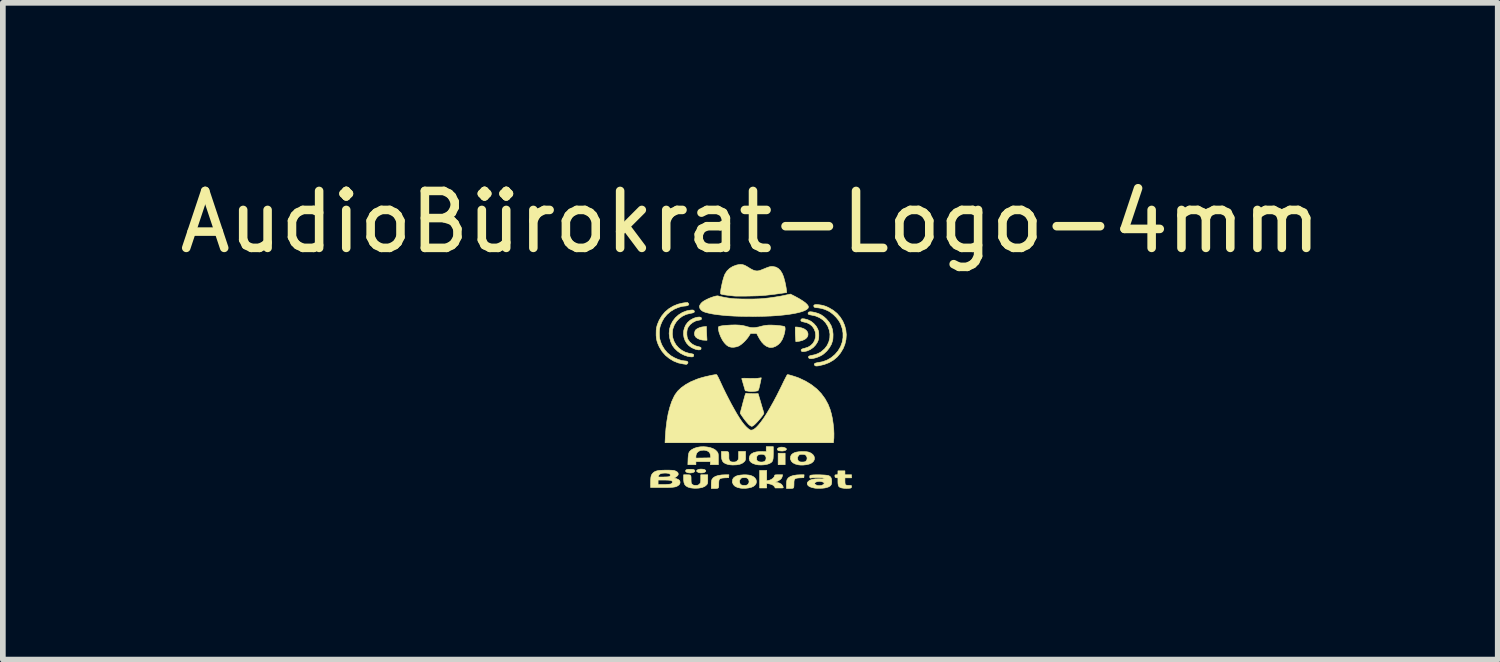
<source format=kicad_pcb>
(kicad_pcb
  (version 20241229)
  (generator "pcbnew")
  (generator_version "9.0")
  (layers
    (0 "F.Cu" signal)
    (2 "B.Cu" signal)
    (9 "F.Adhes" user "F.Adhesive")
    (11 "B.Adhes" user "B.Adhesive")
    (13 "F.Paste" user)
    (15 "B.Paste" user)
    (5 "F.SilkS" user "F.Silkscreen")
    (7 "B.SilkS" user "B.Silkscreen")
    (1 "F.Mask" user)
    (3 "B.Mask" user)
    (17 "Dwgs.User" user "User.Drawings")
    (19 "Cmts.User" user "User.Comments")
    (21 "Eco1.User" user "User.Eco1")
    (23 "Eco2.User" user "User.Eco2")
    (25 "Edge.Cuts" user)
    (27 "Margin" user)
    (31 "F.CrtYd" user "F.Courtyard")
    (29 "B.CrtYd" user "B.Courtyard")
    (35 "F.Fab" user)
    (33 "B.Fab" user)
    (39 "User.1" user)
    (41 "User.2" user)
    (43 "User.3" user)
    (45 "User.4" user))
  (footprint "AudioBürokrat-Logo-4mm"
    (layer "F.Cu")
    (at 10.135 3.558)
    (property "Reference" "AudioBürokrat-Logo-4mm" (at -0.01 -2.71 0) (layer "F.SilkS") (effects (font (size 1 1) (thickness 0.15))))
    (attr through_hole)
    (fp_poly (pts (xy 0.602 1.552) (xy 0.479 1.552) (xy 0.479 1.351) (xy 0.602 1.351) (xy 0.602 1.552)) (stroke (width 0.01) (type solid)) (fill yes) (layer "F.SilkS"))
    (fp_poly (pts (xy 0.563 1.245) (xy 0.589 1.251) (xy 0.614 1.262) (xy 0.624 1.274) (xy 0.623 1.287) (xy 0.61 1.299) (xy 0.586 1.308) (xy 0.554 1.312) (xy 0.545 1.312) (xy 0.517 1.31) (xy 0.492 1.307) (xy 0.481 1.303) (xy 0.466 1.29) (xy 0.465 1.275) (xy 0.477 1.261) (xy 0.49 1.254) (xy 0.526 1.244) (xy 0.563 1.245)) (stroke (width 0.01) (type solid)) (fill yes) (layer "F.SilkS"))
    (fp_poly (pts (xy -0.846 1.631) (xy -0.819 1.636) (xy -0.811 1.639) (xy -0.794 1.651) (xy -0.791 1.664) (xy -0.798 1.676) (xy -0.814 1.686) (xy -0.837 1.694) (xy -0.863 1.697) (xy -0.891 1.696) (xy -0.918 1.69) (xy -0.924 1.687) (xy -0.946 1.674) (xy -0.954 1.662) (xy -0.946 1.649) (xy -0.929 1.638) (xy -0.907 1.632) (xy -0.877 1.629) (xy -0.846 1.631)) (stroke (width 0.01) (type solid)) (fill yes) (layer "F.SilkS"))
    (fp_poly (pts (xy -1.03 1.634) (xy -1.007 1.637) (xy -0.994 1.643) (xy -0.992 1.645) (xy -0.984 1.66) (xy -0.988 1.674) (xy -1.004 1.685) (xy -1.027 1.693) (xy -1.056 1.697) (xy -1.088 1.696) (xy -1.117 1.69) (xy -1.138 1.679) (xy -1.147 1.665) (xy -1.142 1.648) (xy -1.139 1.645) (xy -1.127 1.638) (xy -1.106 1.634) (xy -1.074 1.633) (xy -1.065 1.633) (xy -1.03 1.634)) (stroke (width 0.01) (type solid)) (fill yes) (layer "F.SilkS"))
    (fp_poly (pts (xy 0.809 -0.865) (xy 0.844 -0.861) (xy 0.885 -0.852) (xy 0.923 -0.839) (xy 0.939 -0.831) (xy 0.973 -0.807) (xy 0.995 -0.777) (xy 1.004 -0.744) (xy 1 -0.71) (xy 0.982 -0.678) (xy 0.98 -0.676) (xy 0.949 -0.651) (xy 0.907 -0.631) (xy 0.855 -0.617) (xy 0.833 -0.614) (xy 0.79 -0.608) (xy 0.785 -0.673) (xy 0.782 -0.714) (xy 0.78 -0.761) (xy 0.78 -0.801) (xy 0.78 -0.865) (xy 0.809 -0.865)) (stroke (width 0.01) (type solid)) (fill yes) (layer "F.SilkS"))
    (fp_poly (pts (xy -0.78 -0.836) (xy -0.779 -0.812) (xy -0.778 -0.777) (xy -0.776 -0.738) (xy -0.775 -0.715) (xy -0.77 -0.633) (xy -0.811 -0.634) (xy -0.845 -0.636) (xy -0.88 -0.643) (xy -0.892 -0.646) (xy -0.937 -0.665) (xy -0.969 -0.69) (xy -0.987 -0.721) (xy -0.991 -0.757) (xy -0.98 -0.797) (xy -0.974 -0.809) (xy -0.958 -0.825) (xy -0.931 -0.841) (xy -0.897 -0.856) (xy -0.86 -0.866) (xy -0.83 -0.87) (xy -0.78 -0.875) (xy -0.78 -0.836)) (stroke (width 0.01) (type solid)) (fill yes) (layer "F.SilkS"))
    (fp_poly (pts (xy -0.39 1.78) (xy -0.462 1.783) (xy -0.503 1.787) (xy -0.532 1.793) (xy -0.55 1.805) (xy -0.559 1.824) (xy -0.563 1.853) (xy -0.564 1.884) (xy -0.564 1.921) (xy -0.566 1.945) (xy -0.573 1.96) (xy -0.585 1.966) (xy -0.607 1.969) (xy -0.634 1.969) (xy -0.695 1.969) (xy -0.695 1.902) (xy -0.693 1.856) (xy -0.687 1.822) (xy -0.682 1.809) (xy -0.66 1.781) (xy -0.624 1.758) (xy -0.575 1.742) (xy -0.513 1.732) (xy -0.445 1.729) (xy -0.385 1.729) (xy -0.39 1.78)) (stroke (width 0.01) (type solid)) (fill yes) (layer "F.SilkS"))
    (fp_poly (pts (xy 0.933 1.754) (xy 0.93 1.78) (xy 0.858 1.783) (xy 0.817 1.787) (xy 0.788 1.793) (xy 0.771 1.805) (xy 0.761 1.824) (xy 0.757 1.853) (xy 0.757 1.884) (xy 0.756 1.921) (xy 0.754 1.945) (xy 0.748 1.96) (xy 0.735 1.966) (xy 0.713 1.969) (xy 0.686 1.969) (xy 0.625 1.969) (xy 0.625 1.902) (xy 0.627 1.856) (xy 0.633 1.822) (xy 0.638 1.809) (xy 0.66 1.781) (xy 0.696 1.758) (xy 0.745 1.742) (xy 0.808 1.732) (xy 0.875 1.729) (xy 0.935 1.729) (xy 0.933 1.754)) (stroke (width 0.01) (type solid)) (fill yes) (layer "F.SilkS"))
    (fp_poly (pts (xy 0.278 1.83) (xy 0.299 1.83) (xy 0.329 1.824) (xy 0.359 1.811) (xy 0.387 1.792) (xy 0.407 1.77) (xy 0.417 1.748) (xy 0.417 1.744) (xy 0.418 1.737) (xy 0.424 1.733) (xy 0.438 1.73) (xy 0.463 1.729) (xy 0.487 1.729) (xy 0.558 1.729) (xy 0.553 1.752) (xy 0.541 1.786) (xy 0.518 1.812) (xy 0.483 1.834) (xy 0.476 1.838) (xy 0.43 1.858) (xy 0.457 1.863) (xy 0.503 1.875) (xy 0.537 1.895) (xy 0.559 1.924) (xy 0.567 1.944) (xy 0.569 1.952) (xy 0.567 1.957) (xy 0.558 1.96) (xy 0.54 1.961) (xy 0.509 1.961) (xy 0.5 1.961) (xy 0.428 1.961) (xy 0.415 1.937) (xy 0.393 1.914) (xy 0.358 1.897) (xy 0.313 1.886) (xy 0.278 1.882) (xy 0.278 1.961) (xy 0.154 1.961) (xy 0.154 1.652) (xy 0.278 1.652) (xy 0.278 1.83)) (stroke (width 0.01) (type solid)) (fill yes) (layer "F.SilkS"))
    (fp_poly (pts (xy 0.182 0.033) (xy 0.178 0.053) (xy 0.172 0.083) (xy 0.164 0.12) (xy 0.16 0.138) (xy 0.15 0.182) (xy 0.142 0.214) (xy 0.135 0.235) (xy 0.129 0.247) (xy 0.122 0.253) (xy 0.12 0.255) (xy 0.104 0.258) (xy 0.078 0.262) (xy 0.047 0.265) (xy 0.018 0.267) (xy -0.005 0.267) (xy -0.015 0.266) (xy -0.03 0.264) (xy -0.053 0.26) (xy -0.062 0.259) (xy -0.098 0.254) (xy -0.127 0.156) (xy -0.138 0.118) (xy -0.147 0.085) (xy -0.155 0.06) (xy -0.159 0.046) (xy -0.159 0.045) (xy -0.159 0.04) (xy -0.156 0.037) (xy -0.146 0.035) (xy -0.127 0.034) (xy -0.099 0.034) (xy -0.057 0.035) (xy -0.037 0.036) (xy 0.01 0.037) (xy 0.056 0.037) (xy 0.095 0.036) (xy 0.125 0.034) (xy 0.135 0.032) (xy 0.16 0.029) (xy 0.177 0.026) (xy 0.183 0.026) (xy 0.182 0.033)) (stroke (width 0.01) (type solid)) (fill yes) (layer "F.SilkS"))
    (fp_poly (pts (xy 1.652 1.729) (xy 1.768 1.729) (xy 1.768 1.783) (xy 1.652 1.783) (xy 1.652 1.84) (xy 1.653 1.872) (xy 1.657 1.895) (xy 1.661 1.905) (xy 1.674 1.91) (xy 1.697 1.914) (xy 1.719 1.915) (xy 1.746 1.915) (xy 1.76 1.917) (xy 1.767 1.922) (xy 1.768 1.932) (xy 1.768 1.937) (xy 1.765 1.953) (xy 1.755 1.961) (xy 1.744 1.964) (xy 1.714 1.967) (xy 1.675 1.968) (xy 1.634 1.966) (xy 1.599 1.961) (xy 1.593 1.96) (xy 1.565 1.95) (xy 1.546 1.936) (xy 1.535 1.912) (xy 1.53 1.879) (xy 1.529 1.848) (xy 1.529 1.784) (xy 1.504 1.782) (xy 1.486 1.778) (xy 1.478 1.768) (xy 1.476 1.754) (xy 1.476 1.738) (xy 1.481 1.731) (xy 1.498 1.729) (xy 1.501 1.729) (xy 1.518 1.729) (xy 1.526 1.724) (xy 1.528 1.71) (xy 1.529 1.695) (xy 1.529 1.66) (xy 1.652 1.66) (xy 1.652 1.729)) (stroke (width 0.01) (type solid)) (fill yes) (layer "F.SilkS"))
    (fp_poly (pts (xy -0.877 -1.035) (xy -0.867 -1.022) (xy -0.868 -1.005) (xy -0.876 -0.995) (xy -0.893 -0.989) (xy -0.912 -0.986) (xy -0.97 -0.972) (xy -1.023 -0.944) (xy -1.069 -0.906) (xy -1.103 -0.859) (xy -1.106 -0.855) (xy -1.118 -0.821) (xy -1.124 -0.778) (xy -1.124 -0.733) (xy -1.119 -0.689) (xy -1.108 -0.654) (xy -1.106 -0.651) (xy -1.071 -0.601) (xy -1.025 -0.562) (xy -0.969 -0.534) (xy -0.923 -0.522) (xy -0.897 -0.515) (xy -0.882 -0.509) (xy -0.875 -0.501) (xy -0.874 -0.494) (xy -0.877 -0.476) (xy -0.892 -0.466) (xy -0.92 -0.464) (xy -0.958 -0.471) (xy -0.981 -0.478) (xy -1.041 -0.504) (xy -1.09 -0.54) (xy -1.129 -0.583) (xy -1.157 -0.632) (xy -1.175 -0.685) (xy -1.183 -0.74) (xy -1.18 -0.796) (xy -1.166 -0.85) (xy -1.143 -0.901) (xy -1.109 -0.947) (xy -1.064 -0.987) (xy -1.01 -1.017) (xy -0.973 -1.03) (xy -0.932 -1.039) (xy -0.899 -1.041) (xy -0.877 -1.035)) (stroke (width 0.01) (type solid)) (fill yes) (layer "F.SilkS"))
    (fp_poly (pts (xy -0.769 1.241) (xy -0.713 1.252) (xy -0.663 1.27) (xy -0.622 1.294) (xy -0.594 1.322) (xy -0.585 1.336) (xy -0.578 1.348) (xy -0.574 1.362) (xy -0.572 1.381) (xy -0.571 1.409) (xy -0.571 1.449) (xy -0.571 1.552) (xy -0.71 1.552) (xy -0.71 1.498) (xy -0.965 1.498) (xy -0.965 1.552) (xy -1.106 1.552) (xy -1.103 1.457) (xy -1.1 1.408) (xy -0.965 1.408) (xy -0.965 1.436) (xy -0.836 1.434) (xy -0.706 1.432) (xy -0.708 1.395) (xy -0.716 1.357) (xy -0.736 1.328) (xy -0.768 1.308) (xy -0.811 1.298) (xy -0.834 1.297) (xy -0.882 1.302) (xy -0.92 1.318) (xy -0.947 1.344) (xy -0.962 1.379) (xy -0.965 1.408) (xy -1.1 1.408) (xy -1.1 1.408) (xy -1.095 1.371) (xy -1.088 1.343) (xy -1.076 1.321) (xy -1.058 1.303) (xy -1.041 1.289) (xy -0.997 1.265) (xy -0.945 1.248) (xy -0.888 1.238) (xy -0.828 1.236) (xy -0.769 1.241)) (stroke (width 0.01) (type solid)) (fill yes) (layer "F.SilkS"))
    (fp_poly (pts (xy -0.077 0.297) (xy -0.071 0.299) (xy -0.071 0.299) (xy -0.055 0.301) (xy -0.028 0.303) (xy 0.007 0.304) (xy 0.039 0.305) (xy 0.128 0.304) (xy 0.177 0.471) (xy 0.191 0.519) (xy 0.204 0.563) (xy 0.215 0.599) (xy 0.223 0.626) (xy 0.228 0.642) (xy 0.229 0.645) (xy 0.226 0.656) (xy 0.214 0.676) (xy 0.196 0.702) (xy 0.172 0.732) (xy 0.145 0.764) (xy 0.117 0.796) (xy 0.09 0.824) (xy 0.066 0.848) (xy 0.047 0.863) (xy 0.044 0.865) (xy 0.026 0.876) (xy 0.015 0.879) (xy 0.003 0.874) (xy -0.013 0.865) (xy -0.034 0.849) (xy -0.06 0.821) (xy -0.09 0.786) (xy -0.122 0.745) (xy -0.152 0.702) (xy -0.153 0.701) (xy -0.188 0.648) (xy -0.151 0.511) (xy -0.135 0.448) (xy -0.121 0.399) (xy -0.111 0.361) (xy -0.103 0.334) (xy -0.097 0.315) (xy -0.092 0.304) (xy -0.087 0.298) (xy -0.082 0.296) (xy -0.077 0.297)) (stroke (width 0.01) (type solid)) (fill yes) (layer "F.SilkS"))
    (fp_poly (pts (xy -1.09 1.73) (xy -1.07 1.732) (xy -1.058 1.74) (xy -1.052 1.755) (xy -1.05 1.781) (xy -1.05 1.815) (xy -1.049 1.847) (xy -1.047 1.868) (xy -1.042 1.882) (xy -1.034 1.893) (xy -1.031 1.896) (xy -1.016 1.907) (xy -0.999 1.913) (xy -0.973 1.915) (xy -0.969 1.915) (xy -0.942 1.914) (xy -0.924 1.909) (xy -0.909 1.898) (xy -0.903 1.892) (xy -0.892 1.881) (xy -0.885 1.869) (xy -0.882 1.854) (xy -0.88 1.832) (xy -0.88 1.799) (xy -0.88 1.729) (xy -0.757 1.729) (xy -0.757 1.806) (xy -0.757 1.842) (xy -0.758 1.866) (xy -0.762 1.882) (xy -0.768 1.895) (xy -0.776 1.905) (xy -0.808 1.932) (xy -0.854 1.952) (xy -0.912 1.963) (xy -0.945 1.965) (xy -0.986 1.966) (xy -1.026 1.963) (xy -1.057 1.959) (xy -1.058 1.959) (xy -1.105 1.945) (xy -1.139 1.925) (xy -1.162 1.899) (xy -1.175 1.863) (xy -1.181 1.815) (xy -1.181 1.796) (xy -1.181 1.729) (xy -1.12 1.729) (xy -1.09 1.73)) (stroke (width 0.01) (type solid)) (fill yes) (layer "F.SilkS"))
    (fp_poly (pts (xy -0.426 1.32) (xy -0.406 1.323) (xy -0.394 1.331) (xy -0.388 1.346) (xy -0.386 1.372) (xy -0.386 1.406) (xy -0.386 1.438) (xy -0.383 1.459) (xy -0.378 1.472) (xy -0.37 1.484) (xy -0.367 1.487) (xy -0.353 1.498) (xy -0.335 1.504) (xy -0.309 1.505) (xy -0.305 1.505) (xy -0.278 1.504) (xy -0.26 1.499) (xy -0.245 1.489) (xy -0.239 1.483) (xy -0.228 1.471) (xy -0.221 1.46) (xy -0.218 1.445) (xy -0.216 1.423) (xy -0.216 1.39) (xy -0.216 1.32) (xy -0.093 1.32) (xy -0.093 1.397) (xy -0.093 1.433) (xy -0.094 1.457) (xy -0.098 1.473) (xy -0.104 1.485) (xy -0.112 1.496) (xy -0.145 1.523) (xy -0.19 1.543) (xy -0.248 1.554) (xy -0.281 1.556) (xy -0.322 1.557) (xy -0.362 1.554) (xy -0.393 1.55) (xy -0.394 1.55) (xy -0.441 1.535) (xy -0.475 1.516) (xy -0.498 1.489) (xy -0.511 1.453) (xy -0.517 1.406) (xy -0.517 1.387) (xy -0.517 1.32) (xy -0.456 1.32) (xy -0.426 1.32)) (stroke (width 0.01) (type solid)) (fill yes) (layer "F.SilkS"))
    (fp_poly (pts (xy 0.925 -1.01) (xy 0.939 -1.009) (xy 0.998 -0.994) (xy 1.055 -0.967) (xy 1.105 -0.927) (xy 1.147 -0.879) (xy 1.172 -0.835) (xy 1.182 -0.81) (xy 1.189 -0.787) (xy 1.192 -0.759) (xy 1.193 -0.722) (xy 1.193 -0.722) (xy 1.192 -0.685) (xy 1.189 -0.658) (xy 1.183 -0.635) (xy 1.173 -0.61) (xy 1.171 -0.604) (xy 1.138 -0.552) (xy 1.095 -0.506) (xy 1.043 -0.47) (xy 0.986 -0.445) (xy 0.942 -0.436) (xy 0.915 -0.434) (xy 0.899 -0.435) (xy 0.889 -0.442) (xy 0.888 -0.444) (xy 0.881 -0.46) (xy 0.89 -0.473) (xy 0.913 -0.485) (xy 0.942 -0.492) (xy 1.002 -0.511) (xy 1.052 -0.541) (xy 1.092 -0.581) (xy 1.12 -0.63) (xy 1.135 -0.685) (xy 1.138 -0.722) (xy 1.131 -0.78) (xy 1.11 -0.833) (xy 1.078 -0.879) (xy 1.035 -0.915) (xy 0.983 -0.941) (xy 0.928 -0.954) (xy 0.897 -0.961) (xy 0.88 -0.973) (xy 0.877 -0.988) (xy 0.883 -1) (xy 0.891 -1.008) (xy 0.904 -1.011) (xy 0.925 -1.01)) (stroke (width 0.01) (type solid)) (fill yes) (layer "F.SilkS"))
    (fp_poly (pts (xy 0.394 1.349) (xy 0.393 1.402) (xy 0.391 1.442) (xy 0.385 1.471) (xy 0.376 1.493) (xy 0.362 1.509) (xy 0.343 1.522) (xy 0.32 1.534) (xy 0.281 1.546) (xy 0.233 1.554) (xy 0.18 1.557) (xy 0.129 1.555) (xy 0.093 1.549) (xy 0.041 1.533) (xy 0.005 1.512) (xy -0.019 1.485) (xy -0.028 1.451) (xy -0.028 1.439) (xy 0.1 1.439) (xy 0.102 1.464) (xy 0.11 1.48) (xy 0.121 1.489) (xy 0.145 1.501) (xy 0.176 1.505) (xy 0.21 1.504) (xy 0.235 1.497) (xy 0.255 1.48) (xy 0.266 1.455) (xy 0.267 1.426) (xy 0.257 1.399) (xy 0.249 1.388) (xy 0.228 1.374) (xy 0.198 1.368) (xy 0.166 1.369) (xy 0.136 1.377) (xy 0.115 1.39) (xy 0.104 1.411) (xy 0.1 1.439) (xy -0.028 1.439) (xy -0.028 1.429) (xy -0.017 1.393) (xy 0.007 1.364) (xy 0.044 1.342) (xy 0.093 1.328) (xy 0.153 1.321) (xy 0.194 1.321) (xy 0.27 1.324) (xy 0.27 1.28) (xy 0.27 1.235) (xy 0.394 1.235) (xy 0.394 1.349)) (stroke (width 0.01) (type solid)) (fill yes) (layer "F.SilkS"))
    (fp_poly (pts (xy -1.012 -1.163) (xy -0.999 -1.155) (xy -0.996 -1.15) (xy -0.991 -1.135) (xy -0.997 -1.124) (xy -1.015 -1.115) (xy -1.046 -1.108) (xy -1.064 -1.105) (xy -1.136 -1.087) (xy -1.201 -1.056) (xy -1.259 -1.014) (xy -1.307 -0.962) (xy -1.344 -0.902) (xy -1.369 -0.835) (xy -1.374 -0.811) (xy -1.379 -0.742) (xy -1.37 -0.674) (xy -1.348 -0.611) (xy -1.314 -0.552) (xy -1.269 -0.501) (xy -1.215 -0.458) (xy -1.153 -0.425) (xy -1.085 -0.404) (xy -1.07 -0.402) (xy -1.038 -0.396) (xy -1.018 -0.391) (xy -1.008 -0.386) (xy -1.004 -0.378) (xy -1.004 -0.367) (xy -1.007 -0.352) (xy -1.018 -0.343) (xy -1.04 -0.341) (xy -1.072 -0.344) (xy -1.11 -0.351) (xy -1.17 -0.371) (xy -1.23 -0.401) (xy -1.287 -0.441) (xy -1.335 -0.486) (xy -1.373 -0.535) (xy -1.377 -0.541) (xy -1.407 -0.606) (xy -1.427 -0.678) (xy -1.435 -0.75) (xy -1.43 -0.819) (xy -1.429 -0.828) (xy -1.407 -0.9) (xy -1.372 -0.968) (xy -1.326 -1.028) (xy -1.269 -1.079) (xy -1.204 -1.12) (xy -1.133 -1.148) (xy -1.106 -1.154) (xy -1.063 -1.162) (xy -1.032 -1.165) (xy -1.012 -1.163)) (stroke (width 0.01) (type solid)) (fill yes) (layer "F.SilkS"))
    (fp_poly (pts (xy -0.081 1.73) (xy -0.035 1.734) (xy -0.004 1.741) (xy 0.038 1.758) (xy 0.07 1.783) (xy 0.09 1.812) (xy 0.098 1.844) (xy 0.094 1.876) (xy 0.077 1.906) (xy 0.047 1.931) (xy 0.043 1.934) (xy 0.005 1.95) (xy -0.043 1.961) (xy -0.096 1.967) (xy -0.15 1.967) (xy -0.185 1.963) (xy -0.239 1.95) (xy -0.28 1.929) (xy -0.308 1.901) (xy -0.322 1.866) (xy -0.323 1.859) (xy -0.2 1.859) (xy -0.189 1.887) (xy -0.182 1.896) (xy -0.168 1.907) (xy -0.152 1.912) (xy -0.128 1.915) (xy -0.116 1.915) (xy -0.087 1.914) (xy -0.069 1.909) (xy -0.055 1.901) (xy -0.05 1.896) (xy -0.034 1.87) (xy -0.031 1.84) (xy -0.042 1.811) (xy -0.049 1.801) (xy -0.062 1.789) (xy -0.075 1.783) (xy -0.094 1.78) (xy -0.116 1.78) (xy -0.143 1.781) (xy -0.161 1.784) (xy -0.173 1.792) (xy -0.182 1.801) (xy -0.198 1.829) (xy -0.2 1.859) (xy -0.323 1.859) (xy -0.324 1.846) (xy -0.32 1.812) (xy -0.306 1.786) (xy -0.28 1.765) (xy -0.257 1.752) (xy -0.224 1.741) (xy -0.18 1.734) (xy -0.131 1.73) (xy -0.081 1.73)) (stroke (width 0.01) (type solid)) (fill yes) (layer "F.SilkS"))
    (fp_poly (pts (xy 0.938 1.321) (xy 0.984 1.325) (xy 1.015 1.331) (xy 1.057 1.349) (xy 1.089 1.374) (xy 1.109 1.403) (xy 1.117 1.435) (xy 1.113 1.467) (xy 1.096 1.497) (xy 1.066 1.522) (xy 1.062 1.524) (xy 1.024 1.541) (xy 0.976 1.552) (xy 0.923 1.558) (xy 0.869 1.558) (xy 0.834 1.554) (xy 0.78 1.54) (xy 0.739 1.519) (xy 0.711 1.491) (xy 0.697 1.457) (xy 0.696 1.45) (xy 0.819 1.45) (xy 0.83 1.478) (xy 0.837 1.487) (xy 0.851 1.498) (xy 0.867 1.503) (xy 0.891 1.505) (xy 0.903 1.505) (xy 0.932 1.504) (xy 0.95 1.5) (xy 0.964 1.491) (xy 0.969 1.487) (xy 0.985 1.461) (xy 0.988 1.431) (xy 0.977 1.402) (xy 0.97 1.392) (xy 0.958 1.38) (xy 0.944 1.374) (xy 0.925 1.371) (xy 0.903 1.371) (xy 0.876 1.371) (xy 0.858 1.375) (xy 0.846 1.383) (xy 0.837 1.392) (xy 0.821 1.42) (xy 0.819 1.45) (xy 0.696 1.45) (xy 0.695 1.437) (xy 0.699 1.403) (xy 0.713 1.377) (xy 0.739 1.355) (xy 0.762 1.343) (xy 0.795 1.332) (xy 0.839 1.325) (xy 0.888 1.321) (xy 0.938 1.321)) (stroke (width 0.01) (type solid)) (fill yes) (layer "F.SilkS"))
    (fp_poly (pts (xy 1.083 -1.13) (xy 1.13 -1.12) (xy 1.188 -1.102) (xy 1.237 -1.078) (xy 1.283 -1.046) (xy 1.325 -1.008) (xy 1.375 -0.949) (xy 1.411 -0.887) (xy 1.434 -0.819) (xy 1.443 -0.744) (xy 1.443 -0.722) (xy 1.442 -0.687) (xy 1.44 -0.653) (xy 1.436 -0.627) (xy 1.435 -0.626) (xy 1.414 -0.562) (xy 1.379 -0.501) (xy 1.334 -0.444) (xy 1.281 -0.395) (xy 1.256 -0.377) (xy 1.22 -0.357) (xy 1.179 -0.339) (xy 1.138 -0.325) (xy 1.099 -0.315) (xy 1.064 -0.31) (xy 1.037 -0.311) (xy 1.021 -0.318) (xy 1.02 -0.319) (xy 1.011 -0.336) (xy 1.015 -0.35) (xy 1.034 -0.36) (xy 1.065 -0.367) (xy 1.129 -0.381) (xy 1.182 -0.401) (xy 1.229 -0.427) (xy 1.241 -0.436) (xy 1.297 -0.485) (xy 1.34 -0.542) (xy 1.369 -0.605) (xy 1.386 -0.672) (xy 1.389 -0.742) (xy 1.377 -0.811) (xy 1.351 -0.88) (xy 1.351 -0.88) (xy 1.312 -0.942) (xy 1.263 -0.992) (xy 1.204 -1.031) (xy 1.134 -1.06) (xy 1.065 -1.075) (xy 1.034 -1.081) (xy 1.016 -1.087) (xy 1.007 -1.094) (xy 1.005 -1.099) (xy 1.006 -1.118) (xy 1.02 -1.13) (xy 1.045 -1.134) (xy 1.083 -1.13)) (stroke (width 0.01) (type solid)) (fill yes) (layer "F.SilkS"))
    (fp_poly (pts (xy 1.186 -1.258) (xy 1.236 -1.251) (xy 1.279 -1.241) (xy 1.321 -1.227) (xy 1.368 -1.205) (xy 1.37 -1.204) (xy 1.447 -1.159) (xy 1.514 -1.104) (xy 1.569 -1.04) (xy 1.614 -0.969) (xy 1.647 -0.893) (xy 1.668 -0.812) (xy 1.676 -0.729) (xy 1.67 -0.645) (xy 1.651 -0.562) (xy 1.622 -0.49) (xy 1.574 -0.41) (xy 1.518 -0.342) (xy 1.451 -0.286) (xy 1.375 -0.241) (xy 1.289 -0.208) (xy 1.192 -0.185) (xy 1.168 -0.182) (xy 1.143 -0.181) (xy 1.127 -0.187) (xy 1.124 -0.19) (xy 1.113 -0.207) (xy 1.117 -0.221) (xy 1.136 -0.232) (xy 1.168 -0.24) (xy 1.184 -0.242) (xy 1.263 -0.257) (xy 1.34 -0.286) (xy 1.412 -0.328) (xy 1.477 -0.383) (xy 1.477 -0.383) (xy 1.533 -0.449) (xy 1.576 -0.522) (xy 1.604 -0.599) (xy 1.618 -0.679) (xy 1.618 -0.761) (xy 1.603 -0.844) (xy 1.574 -0.926) (xy 1.57 -0.933) (xy 1.539 -0.985) (xy 1.497 -1.037) (xy 1.447 -1.086) (xy 1.395 -1.127) (xy 1.351 -1.152) (xy 1.293 -1.177) (xy 1.233 -1.194) (xy 1.179 -1.203) (xy 1.158 -1.204) (xy 1.127 -1.208) (xy 1.11 -1.218) (xy 1.104 -1.237) (xy 1.109 -1.25) (xy 1.124 -1.258) (xy 1.152 -1.26) (xy 1.186 -1.258)) (stroke (width 0.01) (type solid)) (fill yes) (layer "F.SilkS"))
    (fp_poly (pts (xy -0.143 -1.961) (xy -0.107 -1.949) (xy -0.067 -1.927) (xy -0.052 -1.918) (xy -0.002 -1.887) (xy 0.039 -1.866) (xy 0.075 -1.854) (xy 0.108 -1.85) (xy 0.142 -1.854) (xy 0.179 -1.866) (xy 0.193 -1.872) (xy 0.243 -1.892) (xy 0.282 -1.908) (xy 0.311 -1.918) (xy 0.334 -1.925) (xy 0.352 -1.928) (xy 0.369 -1.929) (xy 0.387 -1.928) (xy 0.438 -1.918) (xy 0.482 -1.894) (xy 0.52 -1.856) (xy 0.552 -1.803) (xy 0.575 -1.746) (xy 0.586 -1.706) (xy 0.599 -1.658) (xy 0.61 -1.606) (xy 0.619 -1.557) (xy 0.625 -1.514) (xy 0.627 -1.502) (xy 0.629 -1.471) (xy 0.51 -1.454) (xy 0.416 -1.441) (xy 0.333 -1.431) (xy 0.258 -1.423) (xy 0.186 -1.417) (xy 0.114 -1.413) (xy 0.038 -1.411) (xy -0.047 -1.409) (xy -0.054 -1.409) (xy -0.111 -1.408) (xy -0.165 -1.408) (xy -0.212 -1.408) (xy -0.251 -1.408) (xy -0.278 -1.409) (xy -0.293 -1.41) (xy -0.293 -1.41) (xy -0.365 -1.418) (xy -0.422 -1.425) (xy -0.466 -1.431) (xy -0.498 -1.437) (xy -0.518 -1.442) (xy -0.529 -1.447) (xy -0.53 -1.449) (xy -0.532 -1.466) (xy -0.53 -1.495) (xy -0.525 -1.534) (xy -0.516 -1.578) (xy -0.506 -1.626) (xy -0.495 -1.673) (xy -0.482 -1.719) (xy -0.469 -1.759) (xy -0.457 -1.79) (xy -0.454 -1.796) (xy -0.42 -1.849) (xy -0.374 -1.894) (xy -0.318 -1.929) (xy -0.254 -1.953) (xy -0.217 -1.961) (xy -0.178 -1.965) (xy -0.143 -1.961)) (stroke (width 0.01) (type solid)) (fill yes) (layer "F.SilkS"))
    (fp_poly (pts (xy 0.778 -1.402) (xy 0.849 -1.363) (xy 0.907 -1.327) (xy 0.954 -1.294) (xy 0.987 -1.263) (xy 1.006 -1.237) (xy 1.011 -1.217) (xy 1.004 -1.195) (xy 0.981 -1.174) (xy 0.945 -1.154) (xy 0.894 -1.135) (xy 0.831 -1.118) (xy 0.756 -1.102) (xy 0.668 -1.088) (xy 0.57 -1.076) (xy 0.46 -1.066) (xy 0.341 -1.058) (xy 0.328 -1.058) (xy 0.251 -1.055) (xy 0.163 -1.053) (xy 0.067 -1.051) (xy -0.031 -1.052) (xy -0.128 -1.053) (xy -0.22 -1.055) (xy -0.301 -1.058) (xy -0.317 -1.059) (xy -0.419 -1.065) (xy -0.514 -1.074) (xy -0.601 -1.084) (xy -0.679 -1.096) (xy -0.745 -1.11) (xy -0.799 -1.124) (xy -0.839 -1.139) (xy -0.872 -1.162) (xy -0.894 -1.19) (xy -0.903 -1.222) (xy -0.903 -1.225) (xy -0.897 -1.247) (xy -0.882 -1.272) (xy -0.86 -1.297) (xy -0.848 -1.307) (xy -0.817 -1.328) (xy -0.779 -1.348) (xy -0.737 -1.368) (xy -0.694 -1.385) (xy -0.652 -1.399) (xy -0.616 -1.409) (xy -0.587 -1.413) (xy -0.572 -1.411) (xy -0.548 -1.404) (xy -0.512 -1.396) (xy -0.468 -1.387) (xy -0.42 -1.378) (xy -0.372 -1.371) (xy -0.332 -1.366) (xy -0.291 -1.362) (xy -0.238 -1.36) (xy -0.176 -1.358) (xy -0.108 -1.357) (xy -0.037 -1.357) (xy 0.033 -1.357) (xy 0.1 -1.359) (xy 0.16 -1.361) (xy 0.211 -1.365) (xy 0.224 -1.366) (xy 0.325 -1.377) (xy 0.428 -1.392) (xy 0.526 -1.408) (xy 0.607 -1.425) (xy 0.695 -1.444) (xy 0.778 -1.402)) (stroke (width 0.01) (type solid)) (fill yes) (layer "F.SilkS"))
    (fp_poly (pts (xy -1.107 -1.292) (xy -1.097 -1.28) (xy -1.089 -1.269) (xy -1.089 -1.266) (xy -1.096 -1.251) (xy -1.115 -1.241) (xy -1.142 -1.235) (xy -1.149 -1.235) (xy -1.207 -1.229) (xy -1.272 -1.21) (xy -1.343 -1.18) (xy -1.412 -1.138) (xy -1.473 -1.085) (xy -1.524 -1.023) (xy -1.558 -0.964) (xy -1.58 -0.913) (xy -1.595 -0.869) (xy -1.603 -0.825) (xy -1.607 -0.776) (xy -1.607 -0.752) (xy -1.605 -0.699) (xy -1.599 -0.655) (xy -1.587 -0.612) (xy -1.569 -0.565) (xy -1.558 -0.541) (xy -1.517 -0.473) (xy -1.465 -0.412) (xy -1.402 -0.36) (xy -1.343 -0.326) (xy -1.279 -0.298) (xy -1.22 -0.279) (xy -1.169 -0.271) (xy -1.154 -0.27) (xy -1.125 -0.266) (xy -1.108 -0.254) (xy -1.104 -0.238) (xy -1.109 -0.226) (xy -1.121 -0.215) (xy -1.133 -0.209) (xy -1.136 -0.209) (xy -1.145 -0.211) (xy -1.164 -0.214) (xy -1.188 -0.217) (xy -1.274 -0.235) (xy -1.356 -0.268) (xy -1.431 -0.313) (xy -1.499 -0.368) (xy -1.557 -0.434) (xy -1.603 -0.508) (xy -1.609 -0.519) (xy -1.633 -0.573) (xy -1.649 -0.62) (xy -1.658 -0.666) (xy -1.663 -0.716) (xy -1.663 -0.753) (xy -1.662 -0.809) (xy -1.656 -0.856) (xy -1.644 -0.902) (xy -1.625 -0.95) (xy -1.609 -0.987) (xy -1.564 -1.062) (xy -1.508 -1.129) (xy -1.441 -1.186) (xy -1.365 -1.232) (xy -1.283 -1.266) (xy -1.195 -1.287) (xy -1.18 -1.289) (xy -1.151 -1.293) (xy -1.128 -1.295) (xy -1.116 -1.297) (xy -1.114 -1.297) (xy -1.107 -1.292)) (stroke (width 0.01) (type solid)) (fill yes) (layer "F.SilkS"))
    (fp_poly (pts (xy -0.2 -0.899) (xy -0.143 -0.892) (xy -0.091 -0.88) (xy -0.063 -0.871) (xy 0.001 -0.856) (xy 0.069 -0.855) (xy 0.14 -0.867) (xy 0.149 -0.87) (xy 0.203 -0.884) (xy 0.256 -0.894) (xy 0.31 -0.899) (xy 0.369 -0.899) (xy 0.436 -0.896) (xy 0.515 -0.888) (xy 0.523 -0.887) (xy 0.557 -0.882) (xy 0.578 -0.878) (xy 0.591 -0.874) (xy 0.597 -0.867) (xy 0.599 -0.86) (xy 0.602 -0.829) (xy 0.597 -0.79) (xy 0.587 -0.744) (xy 0.572 -0.697) (xy 0.553 -0.651) (xy 0.549 -0.642) (xy 0.519 -0.596) (xy 0.482 -0.558) (xy 0.439 -0.529) (xy 0.394 -0.511) (xy 0.349 -0.505) (xy 0.32 -0.509) (xy 0.275 -0.527) (xy 0.232 -0.557) (xy 0.191 -0.601) (xy 0.152 -0.659) (xy 0.131 -0.697) (xy 0.101 -0.753) (xy -0.006 -0.753) (xy -0.036 -0.704) (xy -0.062 -0.668) (xy -0.095 -0.629) (xy -0.132 -0.592) (xy -0.17 -0.56) (xy -0.204 -0.537) (xy -0.213 -0.532) (xy -0.254 -0.518) (xy -0.3 -0.51) (xy -0.344 -0.511) (xy -0.382 -0.52) (xy -0.391 -0.524) (xy -0.429 -0.55) (xy -0.466 -0.589) (xy -0.5 -0.638) (xy -0.529 -0.694) (xy -0.552 -0.753) (xy -0.56 -0.779) (xy -0.566 -0.808) (xy -0.57 -0.836) (xy -0.57 -0.852) (xy -0.568 -0.865) (xy -0.563 -0.873) (xy -0.551 -0.878) (xy -0.528 -0.883) (xy -0.513 -0.886) (xy -0.486 -0.89) (xy -0.447 -0.894) (xy -0.402 -0.897) (xy -0.355 -0.9) (xy -0.342 -0.901) (xy -0.265 -0.902) (xy -0.2 -0.899)) (stroke (width 0.01) (type solid)) (fill yes) (layer "F.SilkS"))
    (fp_poly (pts (xy -0.601 -0.029) (xy -0.595 -0.021) (xy -0.583 -0.001) (xy -0.568 0.028) (xy -0.551 0.064) (xy -0.537 0.094) (xy -0.491 0.194) (xy -0.442 0.294) (xy -0.392 0.392) (xy -0.343 0.486) (xy -0.294 0.574) (xy -0.248 0.655) (xy -0.204 0.726) (xy -0.165 0.785) (xy -0.149 0.807) (xy -0.117 0.848) (xy -0.084 0.884) (xy -0.052 0.914) (xy -0.025 0.935) (xy -0.004 0.945) (xy 0.023 0.944) (xy 0.055 0.929) (xy 0.092 0.9) (xy 0.133 0.857) (xy 0.178 0.801) (xy 0.227 0.733) (xy 0.279 0.652) (xy 0.334 0.559) (xy 0.393 0.454) (xy 0.455 0.338) (xy 0.519 0.21) (xy 0.554 0.139) (xy 0.576 0.092) (xy 0.597 0.051) (xy 0.615 0.016) (xy 0.629 -0.011) (xy 0.638 -0.026) (xy 0.641 -0.029) (xy 0.653 -0.029) (xy 0.677 -0.024) (xy 0.709 -0.015) (xy 0.746 -0.004) (xy 0.786 0.009) (xy 0.824 0.022) (xy 0.849 0.032) (xy 0.963 0.086) (xy 1.065 0.149) (xy 1.157 0.221) (xy 1.236 0.303) (xy 1.302 0.393) (xy 1.356 0.491) (xy 1.392 0.583) (xy 1.414 0.659) (xy 1.432 0.743) (xy 1.445 0.832) (xy 1.455 0.921) (xy 1.459 1.006) (xy 1.458 1.084) (xy 1.454 1.125) (xy 1.449 1.166) (xy -1.507 1.166) (xy -1.502 1.063) (xy -1.491 0.917) (xy -1.474 0.781) (xy -1.452 0.656) (xy -1.423 0.544) (xy -1.39 0.444) (xy -1.35 0.358) (xy -1.331 0.323) (xy -1.284 0.259) (xy -1.222 0.2) (xy -1.146 0.146) (xy -1.058 0.097) (xy -0.956 0.054) (xy -0.912 0.038) (xy -0.875 0.027) (xy -0.832 0.015) (xy -0.786 0.003) (xy -0.739 -0.007) (xy -0.696 -0.017) (xy -0.657 -0.024) (xy -0.626 -0.029) (xy -0.606 -0.03) (xy -0.601 -0.029)) (stroke (width 0.01) (type solid)) (fill yes) (layer "F.SilkS"))
    (fp_poly (pts (xy 1.22 1.73) (xy 1.233 1.731) (xy 1.287 1.733) (xy 1.328 1.737) (xy 1.358 1.742) (xy 1.38 1.751) (xy 1.395 1.763) (xy 1.407 1.779) (xy 1.409 1.783) (xy 1.417 1.81) (xy 1.42 1.844) (xy 1.418 1.878) (xy 1.411 1.903) (xy 1.393 1.925) (xy 1.362 1.943) (xy 1.319 1.956) (xy 1.296 1.961) (xy 1.259 1.965) (xy 1.215 1.967) (xy 1.172 1.967) (xy 1.134 1.965) (xy 1.119 1.963) (xy 1.074 1.953) (xy 1.037 1.94) (xy 1.011 1.924) (xy 1.004 1.917) (xy 0.991 1.894) (xy 0.991 1.875) (xy 1.121 1.875) (xy 1.122 1.889) (xy 1.131 1.899) (xy 1.161 1.915) (xy 1.199 1.92) (xy 1.241 1.915) (xy 1.245 1.914) (xy 1.269 1.903) (xy 1.285 1.886) (xy 1.289 1.872) (xy 1.283 1.867) (xy 1.267 1.858) (xy 1.263 1.856) (xy 1.234 1.848) (xy 1.204 1.845) (xy 1.175 1.848) (xy 1.15 1.854) (xy 1.131 1.864) (xy 1.121 1.875) (xy 0.991 1.875) (xy 0.991 1.873) (xy 1.004 1.85) (xy 1.007 1.847) (xy 1.035 1.825) (xy 1.076 1.81) (xy 1.131 1.801) (xy 1.199 1.8) (xy 1.211 1.8) (xy 1.248 1.801) (xy 1.272 1.801) (xy 1.285 1.8) (xy 1.289 1.797) (xy 1.286 1.792) (xy 1.285 1.791) (xy 1.276 1.786) (xy 1.261 1.783) (xy 1.237 1.781) (xy 1.2 1.78) (xy 1.179 1.78) (xy 1.14 1.78) (xy 1.104 1.781) (xy 1.076 1.783) (xy 1.06 1.785) (xy 1.043 1.788) (xy 1.036 1.783) (xy 1.035 1.767) (xy 1.035 1.764) (xy 1.035 1.749) (xy 1.04 1.741) (xy 1.052 1.736) (xy 1.076 1.733) (xy 1.077 1.733) (xy 1.1 1.731) (xy 1.134 1.73) (xy 1.176 1.73) (xy 1.22 1.73)) (stroke (width 0.01) (type solid)) (fill yes) (layer "F.SilkS"))
    (fp_poly (pts (xy -1.437 1.648) (xy -1.4 1.649) (xy -1.374 1.651) (xy -1.354 1.653) (xy -1.338 1.657) (xy -1.323 1.663) (xy -1.319 1.665) (xy -1.293 1.68) (xy -1.28 1.695) (xy -1.277 1.703) (xy -1.275 1.724) (xy -1.284 1.742) (xy -1.304 1.76) (xy -1.315 1.767) (xy -1.343 1.786) (xy -1.303 1.799) (xy -1.271 1.813) (xy -1.252 1.829) (xy -1.244 1.851) (xy -1.243 1.865) (xy -1.248 1.888) (xy -1.264 1.908) (xy -1.267 1.91) (xy -1.283 1.922) (xy -1.301 1.932) (xy -1.322 1.94) (xy -1.349 1.945) (xy -1.383 1.949) (xy -1.427 1.951) (xy -1.481 1.953) (xy -1.549 1.953) (xy -1.565 1.953) (xy -1.76 1.953) (xy -1.76 1.866) (xy -1.759 1.822) (xy -1.629 1.822) (xy -1.629 1.899) (xy -1.53 1.899) (xy -1.49 1.899) (xy -1.454 1.897) (xy -1.425 1.894) (xy -1.407 1.891) (xy -1.407 1.891) (xy -1.385 1.878) (xy -1.377 1.861) (xy -1.379 1.848) (xy -1.386 1.838) (xy -1.4 1.831) (xy -1.422 1.826) (xy -1.455 1.823) (xy -1.5 1.822) (xy -1.525 1.822) (xy -1.629 1.822) (xy -1.759 1.822) (xy -1.759 1.815) (xy -1.756 1.776) (xy -1.754 1.768) (xy -1.629 1.768) (xy -1.536 1.768) (xy -1.498 1.767) (xy -1.465 1.766) (xy -1.44 1.763) (xy -1.428 1.76) (xy -1.416 1.746) (xy -1.413 1.734) (xy -1.42 1.717) (xy -1.442 1.706) (xy -1.478 1.7) (xy -1.509 1.699) (xy -1.554 1.702) (xy -1.587 1.711) (xy -1.609 1.726) (xy -1.619 1.743) (xy -1.629 1.768) (xy -1.754 1.768) (xy -1.75 1.746) (xy -1.74 1.724) (xy -1.725 1.705) (xy -1.72 1.699) (xy -1.7 1.682) (xy -1.677 1.669) (xy -1.649 1.66) (xy -1.614 1.653) (xy -1.57 1.65) (xy -1.513 1.648) (xy -1.486 1.648) (xy -1.437 1.648)) (stroke (width 0.01) (type solid)) (fill yes) (layer "F.SilkS")))
  (gr_rect
    (start -3 -3)
    (end 23.25 8.532)
    (stroke (width 0.1) (type default))
    (fill no)
    (layer "Edge.Cuts")))
</source>
